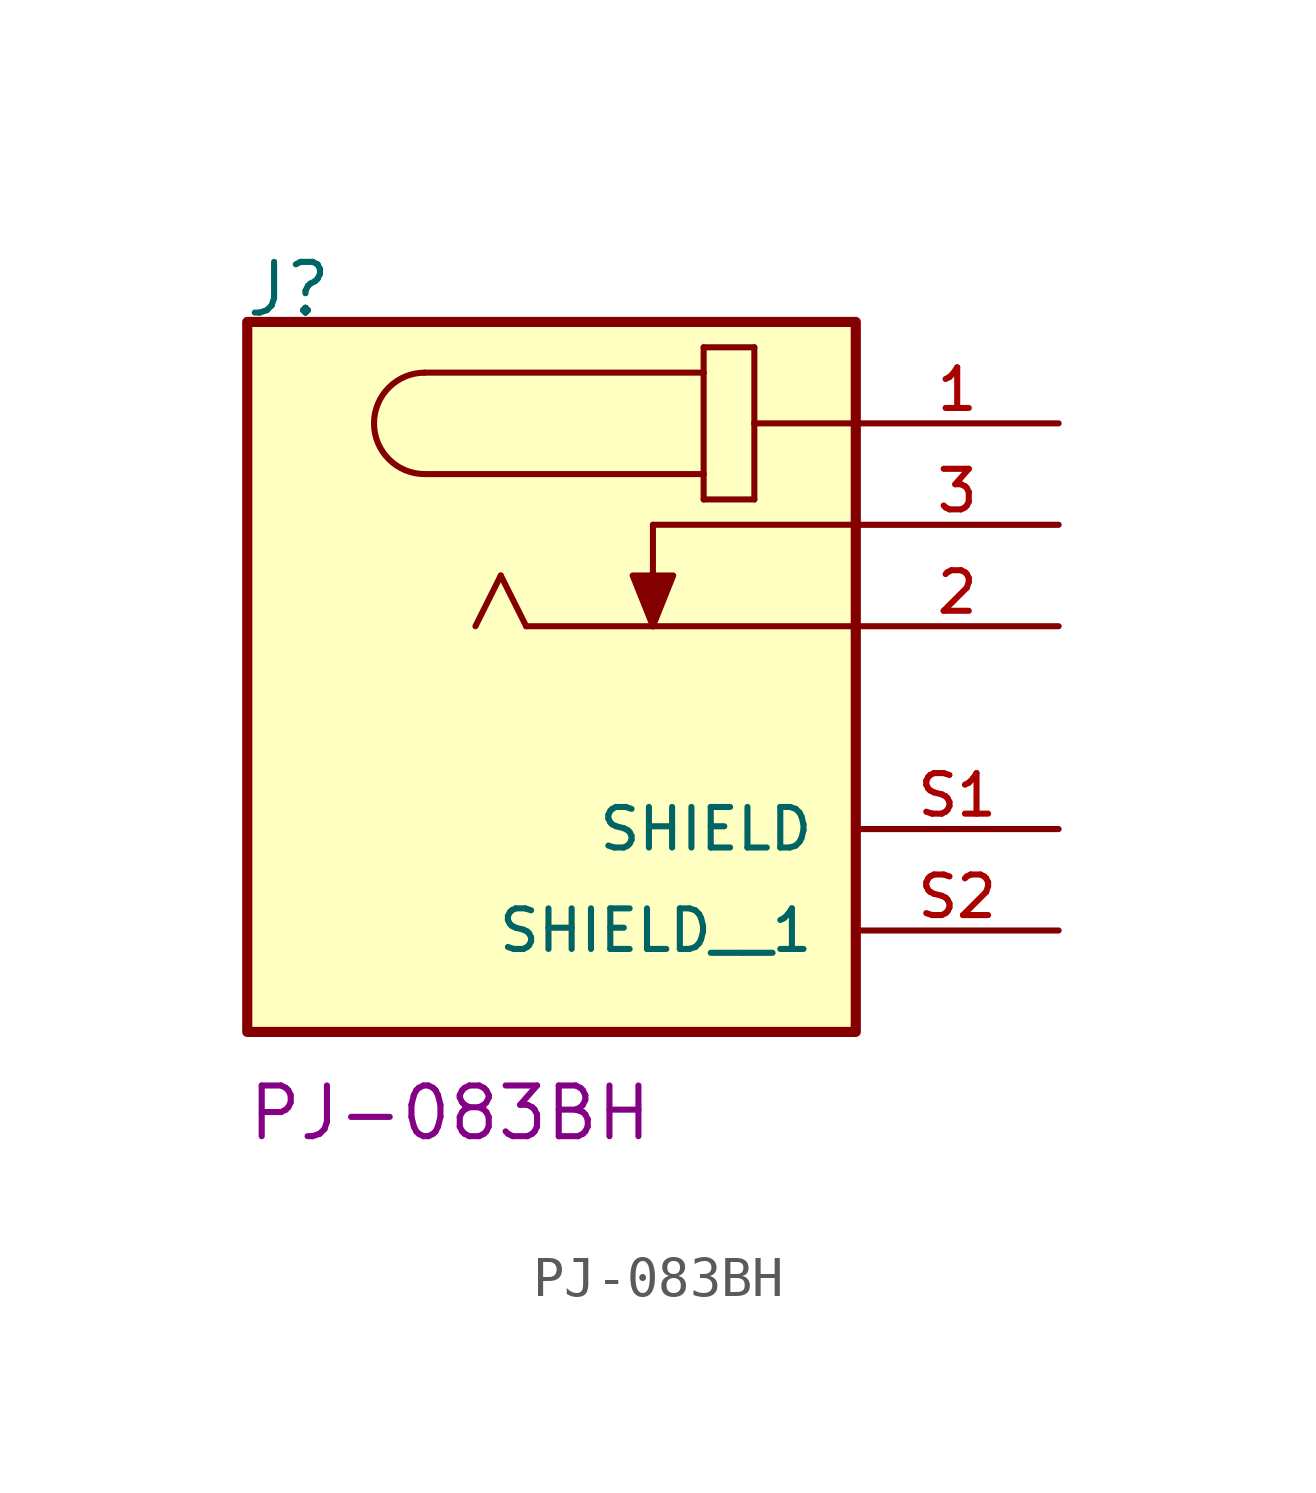
<source format=kicad_sym>
(kicad_symbol_lib
  (version 20241209)
  (generator "kicad_symbol_editor")
  (generator_version "9.0")
  (symbol "PJ-083BH"
    (pin_names
      (offset 1.016))
    (property "Reference" "J"
      (at -7.713 7.691 0)
      (effects (font (size 1.27 1.27)) (justify left bottom)))
    (property "PartNumber" "PJ-083BH"
      (at -2.54 -12.192 0)
      (effects (font (size 1.27 1.27))))
    (symbol "PJ-083BH_0_0"
      (rectangle (start -7.62 7.62) (end 7.62 -10.16) (stroke (width 0.254) (type default)) (fill (type background)))
      (polyline (pts (xy -3.175 6.35) (xy 3.81 6.35)) (stroke (width 0.152) (type default)) (fill (type none)))
      (arc (start -3.175 3.81) (mid -4.4394 5.08) (end -3.175 6.35) (stroke (width 0.1524) (type default)) (fill (type none)))
      (polyline (pts (xy -1.27 1.27) (xy -1.905 0)) (stroke (width 0.152) (type default)) (fill (type none)))
      (polyline (pts (xy -0.635 0) (xy -1.27 1.27)) (stroke (width 0.152) (type default)) (fill (type none)))
      (polyline (pts (xy 2.54 2.54) (xy 2.54 0)) (stroke (width 0.152) (type default)) (fill (type none)))
      (polyline (pts (xy 2.54 2.54) (xy 7.62 2.54)) (stroke (width 0.152) (type default)) (fill (type none)))
      (polyline (pts (xy 2.54 0) (xy -0.635 0)) (stroke (width 0.152) (type default)) (fill (type none)))
      (polyline (pts (xy 2.54 0) (xy 7.62 0)) (stroke (width 0.152) (type default)) (fill (type none)))
      (polyline (pts (xy 2.54 0) (xy 2.032 1.27) (xy 3.048 1.27) (xy 2.54 0)) (stroke (width 0.152) (type default)) (fill (type outline)))
      (polyline (pts (xy 3.81 6.985) (xy 3.81 6.35)) (stroke (width 0.152) (type default)) (fill (type none)))
      (polyline (pts (xy 3.81 6.35) (xy 3.81 3.81)) (stroke (width 0.152) (type default)) (fill (type none)))
      (polyline (pts (xy 3.81 3.81) (xy -3.175 3.81)) (stroke (width 0.152) (type default)) (fill (type none)))
      (polyline (pts (xy 3.81 3.81) (xy 3.81 3.175)) (stroke (width 0.152) (type default)) (fill (type none)))
      (polyline (pts (xy 3.81 3.175) (xy 5.08 3.175)) (stroke (width 0.152) (type default)) (fill (type none)))
      (polyline (pts (xy 5.08 6.985) (xy 3.81 6.985)) (stroke (width 0.152) (type default)) (fill (type none)))
      (polyline (pts (xy 5.08 5.08) (xy 5.08 6.985)) (stroke (width 0.152) (type default)) (fill (type none)))
      (polyline (pts (xy 5.08 5.08) (xy 7.62 5.08)) (stroke (width 0.152) (type default)) (fill (type none)))
      (polyline (pts (xy 5.08 3.175) (xy 5.08 5.08)) (stroke (width 0.152) (type default)) (fill (type none)))
      (pin passive line (at 12.7 5.08 180) (length 5.08) (name "~" (effects (font (size 1.016 1.016)))) (number "1" (effects (font (size 1.016 1.016)))))
      (pin passive line (at 12.7 2.54 180) (length 5.08) (name "~" (effects (font (size 1.016 1.016)))) (number "3" (effects (font (size 1.016 1.016)))))
      (pin passive line (at 12.7 0 180) (length 5.08) (name "~" (effects (font (size 1.016 1.016)))) (number "2" (effects (font (size 1.016 1.016)))))
      (pin passive line (at 12.7 -5.08 180) (length 5.08) (name "SHIELD" (effects (font (size 1.016 1.016)))) (number "S1" (effects (font (size 1.016 1.016)))))
      (pin passive line (at 12.7 -7.62 180) (length 5.08) (name "SHIELD__1" (effects (font (size 1.016 1.016)))) (number "S2" (effects (font (size 1.016 1.016))))))))
</source>
